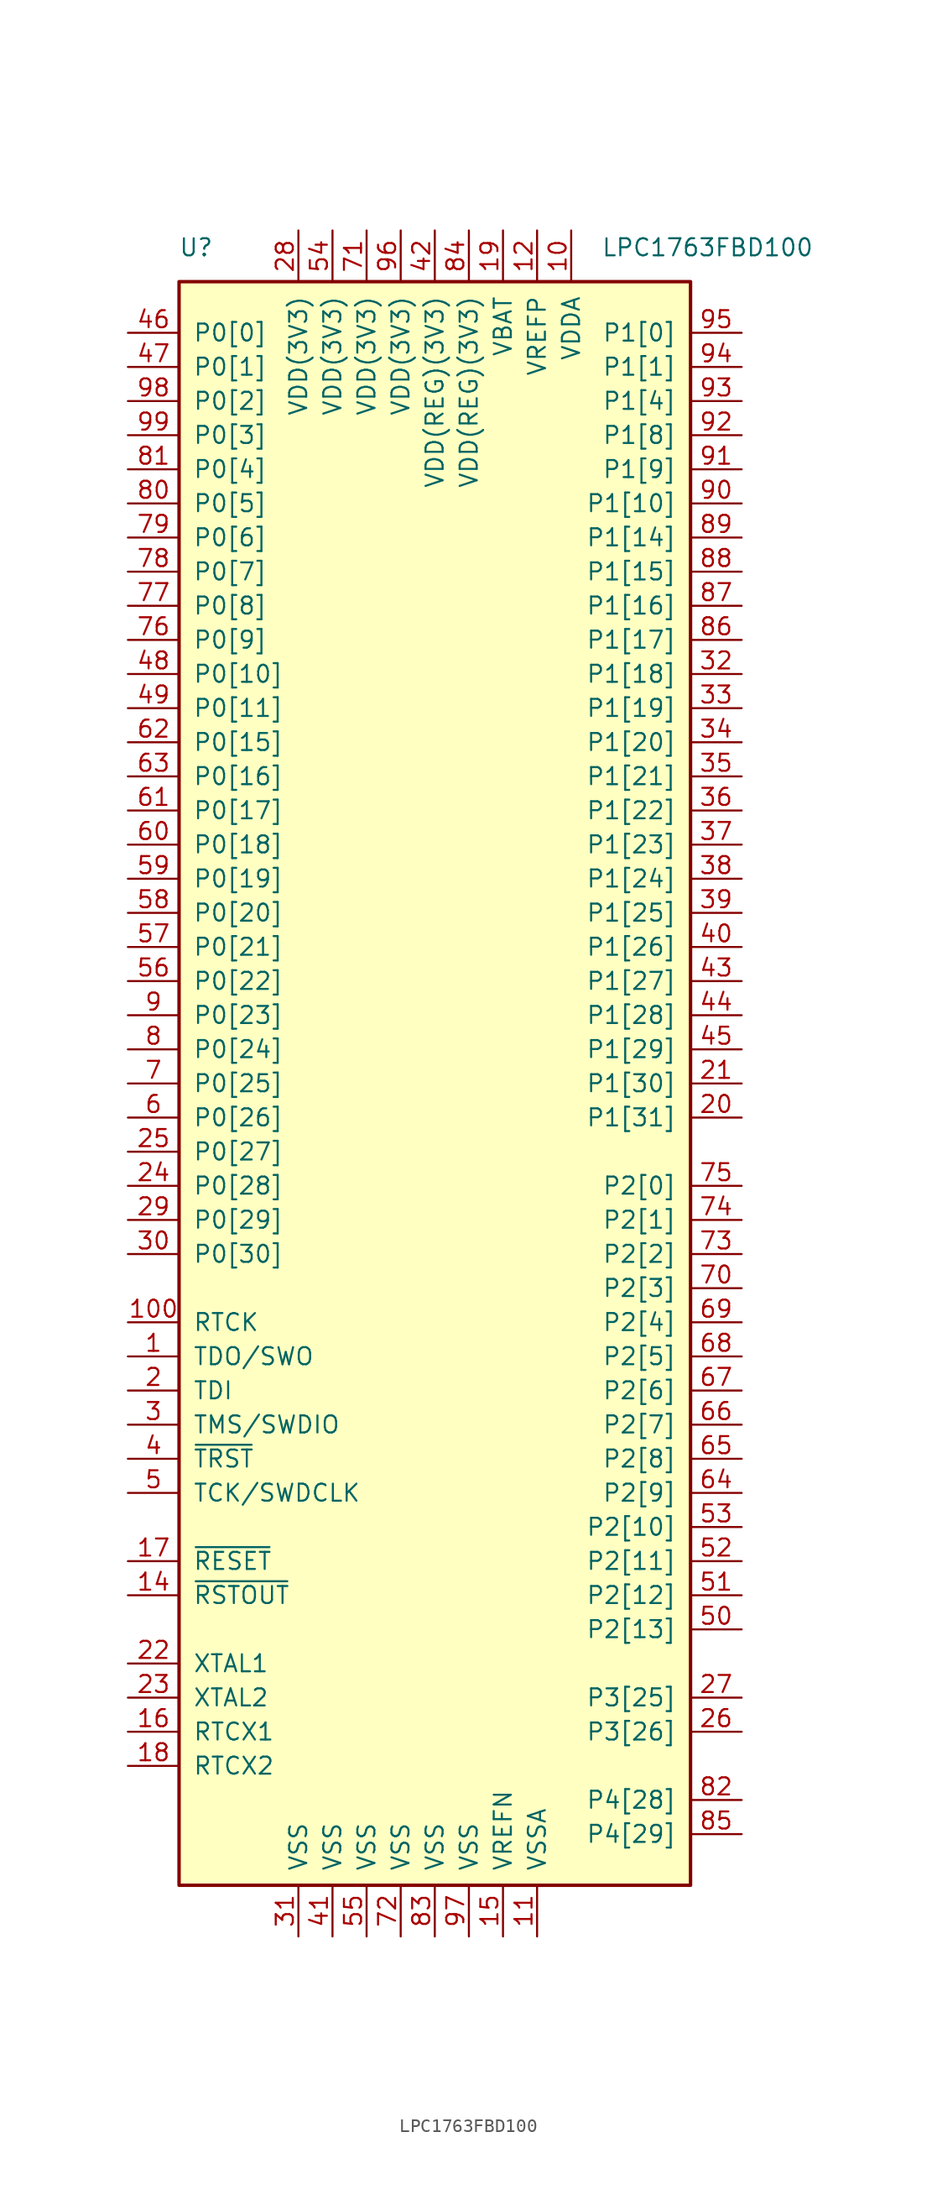
<source format=kicad_sym>
(kicad_symbol_lib
  (version 20200908)
  (generator kicad_symbol_editor)
  (symbol "MCU_NXP_LPC:LPC1763FBD100"
    (pin_names
      (offset 1.016))
    (property "Reference" "U"
      (at -17.78 62.23 0)
      (effects (font (size 1.27 1.27))))
    (property "Value" "LPC1763FBD100"
      (at 20.32 62.23 0)
      (effects (font (size 1.27 1.27))))
    (symbol "LPC1763FBD100_0_1"
      (rectangle (start -19.05 59.69) (end 19.05 -59.69) (stroke (width 0.254)) (fill (type background))))
    (symbol "LPC1763FBD100_1_1"
      (pin output line (at -22.86 -20.32 0) (length 3.81) (name "TDO/SWO" (effects (font (size 1.27 1.27)))) (number "1" (effects (font (size 1.27 1.27)))))
      (pin power_in line (at 10.16 63.5 270) (length 3.81) (name "VDDA" (effects (font (size 1.27 1.27)))) (number "10" (effects (font (size 1.27 1.27)))))
      (pin output line (at -22.86 -17.78 0) (length 3.81) (name "RTCK" (effects (font (size 1.27 1.27)))) (number "100" (effects (font (size 1.27 1.27)))))
      (pin power_in line (at 7.62 -63.5 90) (length 3.81) (name "VSSA" (effects (font (size 1.27 1.27)))) (number "11" (effects (font (size 1.27 1.27)))))
      (pin power_in line (at 7.62 63.5 270) (length 3.81) (name "VREFP" (effects (font (size 1.27 1.27)))) (number "12" (effects (font (size 1.27 1.27)))))
      (pin unconnected line (at -22.86 -55.88 0) (length 3.81) hide (name "NC" (effects (font (size 1.27 1.27)))) (number "13" (effects (font (size 1.27 1.27)))))
      (pin output line (at -22.86 -38.1 0) (length 3.81) (name "~RSTOUT~" (effects (font (size 1.27 1.27)))) (number "14" (effects (font (size 1.27 1.27)))))
      (pin power_in line (at 5.08 -63.5 90) (length 3.81) (name "VREFN" (effects (font (size 1.27 1.27)))) (number "15" (effects (font (size 1.27 1.27)))))
      (pin input line (at -22.86 -48.26 0) (length 3.81) (name "RTCX1" (effects (font (size 1.27 1.27)))) (number "16" (effects (font (size 1.27 1.27)))))
      (pin input line (at -22.86 -35.56 0) (length 3.81) (name "~RESET~" (effects (font (size 1.27 1.27)))) (number "17" (effects (font (size 1.27 1.27)))))
      (pin output line (at -22.86 -50.8 0) (length 3.81) (name "RTCX2" (effects (font (size 1.27 1.27)))) (number "18" (effects (font (size 1.27 1.27)))))
      (pin power_in line (at 5.08 63.5 270) (length 3.81) (name "VBAT" (effects (font (size 1.27 1.27)))) (number "19" (effects (font (size 1.27 1.27)))))
      (pin input line (at -22.86 -22.86 0) (length 3.81) (name "TDI" (effects (font (size 1.27 1.27)))) (number "2" (effects (font (size 1.27 1.27)))))
      (pin bidirectional line (at 22.86 -2.54 180) (length 3.81) (name "P1[31]" (effects (font (size 1.27 1.27)))) (number "20" (effects (font (size 1.27 1.27)))))
      (pin bidirectional line (at 22.86 0 180) (length 3.81) (name "P1[30]" (effects (font (size 1.27 1.27)))) (number "21" (effects (font (size 1.27 1.27)))))
      (pin input line (at -22.86 -43.18 0) (length 3.81) (name "XTAL1" (effects (font (size 1.27 1.27)))) (number "22" (effects (font (size 1.27 1.27)))))
      (pin output line (at -22.86 -45.72 0) (length 3.81) (name "XTAL2" (effects (font (size 1.27 1.27)))) (number "23" (effects (font (size 1.27 1.27)))))
      (pin bidirectional line (at -22.86 -7.62 0) (length 3.81) (name "P0[28]" (effects (font (size 1.27 1.27)))) (number "24" (effects (font (size 1.27 1.27)))))
      (pin bidirectional line (at -22.86 -5.08 0) (length 3.81) (name "P0[27]" (effects (font (size 1.27 1.27)))) (number "25" (effects (font (size 1.27 1.27)))))
      (pin bidirectional line (at 22.86 -48.26 180) (length 3.81) (name "P3[26]" (effects (font (size 1.27 1.27)))) (number "26" (effects (font (size 1.27 1.27)))))
      (pin bidirectional line (at 22.86 -45.72 180) (length 3.81) (name "P3[25]" (effects (font (size 1.27 1.27)))) (number "27" (effects (font (size 1.27 1.27)))))
      (pin power_in line (at -10.16 63.5 270) (length 3.81) (name "VDD(3V3)" (effects (font (size 1.27 1.27)))) (number "28" (effects (font (size 1.27 1.27)))))
      (pin bidirectional line (at -22.86 -10.16 0) (length 3.81) (name "P0[29]" (effects (font (size 1.27 1.27)))) (number "29" (effects (font (size 1.27 1.27)))))
      (pin bidirectional line (at -22.86 -25.4 0) (length 3.81) (name "TMS/SWDIO" (effects (font (size 1.27 1.27)))) (number "3" (effects (font (size 1.27 1.27)))))
      (pin bidirectional line (at -22.86 -12.7 0) (length 3.81) (name "P0[30]" (effects (font (size 1.27 1.27)))) (number "30" (effects (font (size 1.27 1.27)))))
      (pin power_in line (at -10.16 -63.5 90) (length 3.81) (name "VSS" (effects (font (size 1.27 1.27)))) (number "31" (effects (font (size 1.27 1.27)))))
      (pin bidirectional line (at 22.86 30.48 180) (length 3.81) (name "P1[18]" (effects (font (size 1.27 1.27)))) (number "32" (effects (font (size 1.27 1.27)))))
      (pin bidirectional line (at 22.86 27.94 180) (length 3.81) (name "P1[19]" (effects (font (size 1.27 1.27)))) (number "33" (effects (font (size 1.27 1.27)))))
      (pin bidirectional line (at 22.86 25.4 180) (length 3.81) (name "P1[20]" (effects (font (size 1.27 1.27)))) (number "34" (effects (font (size 1.27 1.27)))))
      (pin bidirectional line (at 22.86 22.86 180) (length 3.81) (name "P1[21]" (effects (font (size 1.27 1.27)))) (number "35" (effects (font (size 1.27 1.27)))))
      (pin bidirectional line (at 22.86 20.32 180) (length 3.81) (name "P1[22]" (effects (font (size 1.27 1.27)))) (number "36" (effects (font (size 1.27 1.27)))))
      (pin bidirectional line (at 22.86 17.78 180) (length 3.81) (name "P1[23]" (effects (font (size 1.27 1.27)))) (number "37" (effects (font (size 1.27 1.27)))))
      (pin bidirectional line (at 22.86 15.24 180) (length 3.81) (name "P1[24]" (effects (font (size 1.27 1.27)))) (number "38" (effects (font (size 1.27 1.27)))))
      (pin bidirectional line (at 22.86 12.7 180) (length 3.81) (name "P1[25]" (effects (font (size 1.27 1.27)))) (number "39" (effects (font (size 1.27 1.27)))))
      (pin input line (at -22.86 -27.94 0) (length 3.81) (name "~TRST~" (effects (font (size 1.27 1.27)))) (number "4" (effects (font (size 1.27 1.27)))))
      (pin bidirectional line (at 22.86 10.16 180) (length 3.81) (name "P1[26]" (effects (font (size 1.27 1.27)))) (number "40" (effects (font (size 1.27 1.27)))))
      (pin power_in line (at -7.62 -63.5 90) (length 3.81) (name "VSS" (effects (font (size 1.27 1.27)))) (number "41" (effects (font (size 1.27 1.27)))))
      (pin power_in line (at 0 63.5 270) (length 3.81) (name "VDD(REG)(3V3)" (effects (font (size 1.27 1.27)))) (number "42" (effects (font (size 1.27 1.27)))))
      (pin bidirectional line (at 22.86 7.62 180) (length 3.81) (name "P1[27]" (effects (font (size 1.27 1.27)))) (number "43" (effects (font (size 1.27 1.27)))))
      (pin bidirectional line (at 22.86 5.08 180) (length 3.81) (name "P1[28]" (effects (font (size 1.27 1.27)))) (number "44" (effects (font (size 1.27 1.27)))))
      (pin bidirectional line (at 22.86 2.54 180) (length 3.81) (name "P1[29]" (effects (font (size 1.27 1.27)))) (number "45" (effects (font (size 1.27 1.27)))))
      (pin bidirectional line (at -22.86 55.88 0) (length 3.81) (name "P0[0]" (effects (font (size 1.27 1.27)))) (number "46" (effects (font (size 1.27 1.27)))))
      (pin bidirectional line (at -22.86 53.34 0) (length 3.81) (name "P0[1]" (effects (font (size 1.27 1.27)))) (number "47" (effects (font (size 1.27 1.27)))))
      (pin bidirectional line (at -22.86 30.48 0) (length 3.81) (name "P0[10]" (effects (font (size 1.27 1.27)))) (number "48" (effects (font (size 1.27 1.27)))))
      (pin bidirectional line (at -22.86 27.94 0) (length 3.81) (name "P0[11]" (effects (font (size 1.27 1.27)))) (number "49" (effects (font (size 1.27 1.27)))))
      (pin input line (at -22.86 -30.48 0) (length 3.81) (name "TCK/SWDCLK" (effects (font (size 1.27 1.27)))) (number "5" (effects (font (size 1.27 1.27)))))
      (pin bidirectional line (at 22.86 -40.64 180) (length 3.81) (name "P2[13]" (effects (font (size 1.27 1.27)))) (number "50" (effects (font (size 1.27 1.27)))))
      (pin bidirectional line (at 22.86 -38.1 180) (length 3.81) (name "P2[12]" (effects (font (size 1.27 1.27)))) (number "51" (effects (font (size 1.27 1.27)))))
      (pin bidirectional line (at 22.86 -35.56 180) (length 3.81) (name "P2[11]" (effects (font (size 1.27 1.27)))) (number "52" (effects (font (size 1.27 1.27)))))
      (pin bidirectional line (at 22.86 -33.02 180) (length 3.81) (name "P2[10]" (effects (font (size 1.27 1.27)))) (number "53" (effects (font (size 1.27 1.27)))))
      (pin power_in line (at -7.62 63.5 270) (length 3.81) (name "VDD(3V3)" (effects (font (size 1.27 1.27)))) (number "54" (effects (font (size 1.27 1.27)))))
      (pin power_in line (at -5.08 -63.5 90) (length 3.81) (name "VSS" (effects (font (size 1.27 1.27)))) (number "55" (effects (font (size 1.27 1.27)))))
      (pin bidirectional line (at -22.86 7.62 0) (length 3.81) (name "P0[22]" (effects (font (size 1.27 1.27)))) (number "56" (effects (font (size 1.27 1.27)))))
      (pin bidirectional line (at -22.86 10.16 0) (length 3.81) (name "P0[21]" (effects (font (size 1.27 1.27)))) (number "57" (effects (font (size 1.27 1.27)))))
      (pin bidirectional line (at -22.86 12.7 0) (length 3.81) (name "P0[20]" (effects (font (size 1.27 1.27)))) (number "58" (effects (font (size 1.27 1.27)))))
      (pin bidirectional line (at -22.86 15.24 0) (length 3.81) (name "P0[19]" (effects (font (size 1.27 1.27)))) (number "59" (effects (font (size 1.27 1.27)))))
      (pin bidirectional line (at -22.86 -2.54 0) (length 3.81) (name "P0[26]" (effects (font (size 1.27 1.27)))) (number "6" (effects (font (size 1.27 1.27)))))
      (pin bidirectional line (at -22.86 17.78 0) (length 3.81) (name "P0[18]" (effects (font (size 1.27 1.27)))) (number "60" (effects (font (size 1.27 1.27)))))
      (pin bidirectional line (at -22.86 20.32 0) (length 3.81) (name "P0[17]" (effects (font (size 1.27 1.27)))) (number "61" (effects (font (size 1.27 1.27)))))
      (pin bidirectional line (at -22.86 25.4 0) (length 3.81) (name "P0[15]" (effects (font (size 1.27 1.27)))) (number "62" (effects (font (size 1.27 1.27)))))
      (pin bidirectional line (at -22.86 22.86 0) (length 3.81) (name "P0[16]" (effects (font (size 1.27 1.27)))) (number "63" (effects (font (size 1.27 1.27)))))
      (pin bidirectional line (at 22.86 -30.48 180) (length 3.81) (name "P2[9]" (effects (font (size 1.27 1.27)))) (number "64" (effects (font (size 1.27 1.27)))))
      (pin bidirectional line (at 22.86 -27.94 180) (length 3.81) (name "P2[8]" (effects (font (size 1.27 1.27)))) (number "65" (effects (font (size 1.27 1.27)))))
      (pin bidirectional line (at 22.86 -25.4 180) (length 3.81) (name "P2[7]" (effects (font (size 1.27 1.27)))) (number "66" (effects (font (size 1.27 1.27)))))
      (pin bidirectional line (at 22.86 -22.86 180) (length 3.81) (name "P2[6]" (effects (font (size 1.27 1.27)))) (number "67" (effects (font (size 1.27 1.27)))))
      (pin bidirectional line (at 22.86 -20.32 180) (length 3.81) (name "P2[5]" (effects (font (size 1.27 1.27)))) (number "68" (effects (font (size 1.27 1.27)))))
      (pin bidirectional line (at 22.86 -17.78 180) (length 3.81) (name "P2[4]" (effects (font (size 1.27 1.27)))) (number "69" (effects (font (size 1.27 1.27)))))
      (pin bidirectional line (at -22.86 0 0) (length 3.81) (name "P0[25]" (effects (font (size 1.27 1.27)))) (number "7" (effects (font (size 1.27 1.27)))))
      (pin bidirectional line (at 22.86 -15.24 180) (length 3.81) (name "P2[3]" (effects (font (size 1.27 1.27)))) (number "70" (effects (font (size 1.27 1.27)))))
      (pin power_in line (at -5.08 63.5 270) (length 3.81) (name "VDD(3V3)" (effects (font (size 1.27 1.27)))) (number "71" (effects (font (size 1.27 1.27)))))
      (pin power_in line (at -2.54 -63.5 90) (length 3.81) (name "VSS" (effects (font (size 1.27 1.27)))) (number "72" (effects (font (size 1.27 1.27)))))
      (pin bidirectional line (at 22.86 -12.7 180) (length 3.81) (name "P2[2]" (effects (font (size 1.27 1.27)))) (number "73" (effects (font (size 1.27 1.27)))))
      (pin bidirectional line (at 22.86 -10.16 180) (length 3.81) (name "P2[1]" (effects (font (size 1.27 1.27)))) (number "74" (effects (font (size 1.27 1.27)))))
      (pin bidirectional line (at 22.86 -7.62 180) (length 3.81) (name "P2[0]" (effects (font (size 1.27 1.27)))) (number "75" (effects (font (size 1.27 1.27)))))
      (pin bidirectional line (at -22.86 33.02 0) (length 3.81) (name "P0[9]" (effects (font (size 1.27 1.27)))) (number "76" (effects (font (size 1.27 1.27)))))
      (pin bidirectional line (at -22.86 35.56 0) (length 3.81) (name "P0[8]" (effects (font (size 1.27 1.27)))) (number "77" (effects (font (size 1.27 1.27)))))
      (pin bidirectional line (at -22.86 38.1 0) (length 3.81) (name "P0[7]" (effects (font (size 1.27 1.27)))) (number "78" (effects (font (size 1.27 1.27)))))
      (pin bidirectional line (at -22.86 40.64 0) (length 3.81) (name "P0[6]" (effects (font (size 1.27 1.27)))) (number "79" (effects (font (size 1.27 1.27)))))
      (pin bidirectional line (at -22.86 2.54 0) (length 3.81) (name "P0[24]" (effects (font (size 1.27 1.27)))) (number "8" (effects (font (size 1.27 1.27)))))
      (pin bidirectional line (at -22.86 43.18 0) (length 3.81) (name "P0[5]" (effects (font (size 1.27 1.27)))) (number "80" (effects (font (size 1.27 1.27)))))
      (pin bidirectional line (at -22.86 45.72 0) (length 3.81) (name "P0[4]" (effects (font (size 1.27 1.27)))) (number "81" (effects (font (size 1.27 1.27)))))
      (pin bidirectional line (at 22.86 -53.34 180) (length 3.81) (name "P4[28]" (effects (font (size 1.27 1.27)))) (number "82" (effects (font (size 1.27 1.27)))))
      (pin power_in line (at 0 -63.5 90) (length 3.81) (name "VSS" (effects (font (size 1.27 1.27)))) (number "83" (effects (font (size 1.27 1.27)))))
      (pin power_in line (at 2.54 63.5 270) (length 3.81) (name "VDD(REG)(3V3)" (effects (font (size 1.27 1.27)))) (number "84" (effects (font (size 1.27 1.27)))))
      (pin bidirectional line (at 22.86 -55.88 180) (length 3.81) (name "P4[29]" (effects (font (size 1.27 1.27)))) (number "85" (effects (font (size 1.27 1.27)))))
      (pin bidirectional line (at 22.86 33.02 180) (length 3.81) (name "P1[17]" (effects (font (size 1.27 1.27)))) (number "86" (effects (font (size 1.27 1.27)))))
      (pin bidirectional line (at 22.86 35.56 180) (length 3.81) (name "P1[16]" (effects (font (size 1.27 1.27)))) (number "87" (effects (font (size 1.27 1.27)))))
      (pin bidirectional line (at 22.86 38.1 180) (length 3.81) (name "P1[15]" (effects (font (size 1.27 1.27)))) (number "88" (effects (font (size 1.27 1.27)))))
      (pin bidirectional line (at 22.86 40.64 180) (length 3.81) (name "P1[14]" (effects (font (size 1.27 1.27)))) (number "89" (effects (font (size 1.27 1.27)))))
      (pin bidirectional line (at -22.86 5.08 0) (length 3.81) (name "P0[23]" (effects (font (size 1.27 1.27)))) (number "9" (effects (font (size 1.27 1.27)))))
      (pin bidirectional line (at 22.86 43.18 180) (length 3.81) (name "P1[10]" (effects (font (size 1.27 1.27)))) (number "90" (effects (font (size 1.27 1.27)))))
      (pin bidirectional line (at 22.86 45.72 180) (length 3.81) (name "P1[9]" (effects (font (size 1.27 1.27)))) (number "91" (effects (font (size 1.27 1.27)))))
      (pin bidirectional line (at 22.86 48.26 180) (length 3.81) (name "P1[8]" (effects (font (size 1.27 1.27)))) (number "92" (effects (font (size 1.27 1.27)))))
      (pin bidirectional line (at 22.86 50.8 180) (length 3.81) (name "P1[4]" (effects (font (size 1.27 1.27)))) (number "93" (effects (font (size 1.27 1.27)))))
      (pin bidirectional line (at 22.86 53.34 180) (length 3.81) (name "P1[1]" (effects (font (size 1.27 1.27)))) (number "94" (effects (font (size 1.27 1.27)))))
      (pin bidirectional line (at 22.86 55.88 180) (length 3.81) (name "P1[0]" (effects (font (size 1.27 1.27)))) (number "95" (effects (font (size 1.27 1.27)))))
      (pin power_in line (at -2.54 63.5 270) (length 3.81) (name "VDD(3V3)" (effects (font (size 1.27 1.27)))) (number "96" (effects (font (size 1.27 1.27)))))
      (pin power_in line (at 2.54 -63.5 90) (length 3.81) (name "VSS" (effects (font (size 1.27 1.27)))) (number "97" (effects (font (size 1.27 1.27)))))
      (pin bidirectional line (at -22.86 50.8 0) (length 3.81) (name "P0[2]" (effects (font (size 1.27 1.27)))) (number "98" (effects (font (size 1.27 1.27)))))
      (pin bidirectional line (at -22.86 48.26 0) (length 3.81) (name "P0[3]" (effects (font (size 1.27 1.27)))) (number "99" (effects (font (size 1.27 1.27))))))))
</source>
